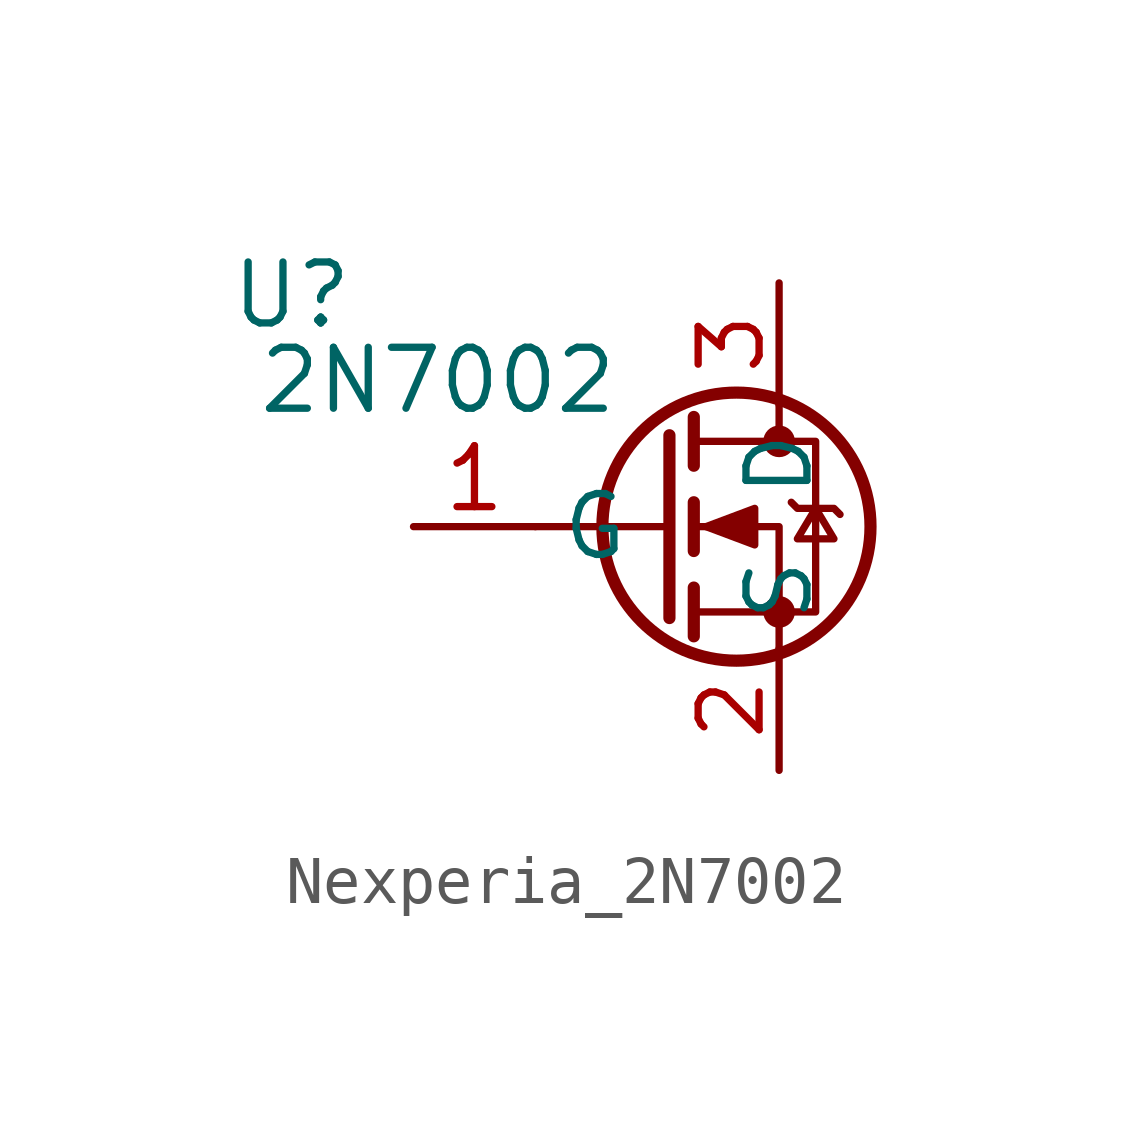
<source format=kicad_sym>
(kicad_symbol_lib
  (version 20241209)
  (generator "kicad_symbol_editor")
  (generator_version "9.0")
  (symbol "Nexperia_2N7002"
    (property "Reference" "U"
      (at -5.08 1.016 0)
      (effects (font (size 1.27 1.27))))
    (property "Value" "2N7002"
      (at -2.032 -0.762 0)
      (effects (font (size 1.27 1.27))))
    (symbol "Nexperia_2N7002_0_1"
      (polyline (pts (xy 2.794 -1.905) (xy 2.794 -5.715)) (stroke (width 0.254) (type default)) (fill (type none)))
      (polyline (pts (xy 2.794 -3.81) (xy 0 -3.81)) (stroke (width 0) (type default)) (fill (type none)))
      (polyline (pts (xy 3.302 -1.524) (xy 3.302 -2.54)) (stroke (width 0.254) (type default)) (fill (type none)))
      (polyline (pts (xy 3.302 -3.302) (xy 3.302 -4.318)) (stroke (width 0.254) (type default)) (fill (type none)))
      (polyline (pts (xy 3.302 -5.08) (xy 3.302 -6.096)) (stroke (width 0.254) (type default)) (fill (type none)))
      (polyline (pts (xy 3.302 -5.588) (xy 5.842 -5.588) (xy 5.842 -2.032) (xy 3.302 -2.032)) (stroke (width 0) (type default)) (fill (type none)))
      (polyline (pts (xy 3.556 -3.81) (xy 4.572 -3.429) (xy 4.572 -4.191) (xy 3.556 -3.81)) (stroke (width 0) (type default)) (fill (type outline)))
      (circle (center 4.191 -3.81) (radius 2.794) (stroke (width 0.254) (type default)) (fill (type none)))
      (polyline (pts (xy 5.08 -1.27) (xy 5.08 -2.032)) (stroke (width 0) (type default)) (fill (type none)))
      (circle (center 5.08 -2.032) (radius 0.254) (stroke (width 0) (type default)) (fill (type outline)))
      (circle (center 5.08 -5.588) (radius 0.254) (stroke (width 0) (type default)) (fill (type outline)))
      (polyline (pts (xy 5.08 -6.35) (xy 5.08 -3.81) (xy 3.302 -3.81)) (stroke (width 0) (type default)) (fill (type none)))
      (polyline (pts (xy 5.334 -3.302) (xy 5.461 -3.429) (xy 6.223 -3.429) (xy 6.35 -3.556)) (stroke (width 0) (type default)) (fill (type none)))
      (polyline (pts (xy 5.842 -3.429) (xy 5.461 -4.064) (xy 6.223 -4.064) (xy 5.842 -3.429)) (stroke (width 0) (type default)) (fill (type none))))
    (symbol "Nexperia_2N7002_1_1"
      (pin input line (at -2.54 -3.81 0) (length 2.54) (name "G" (effects (font (size 1.27 1.27)))) (number "1" (effects (font (size 1.27 1.27)))))
      (pin passive line (at 5.08 1.27 270) (length 2.54) (name "D" (effects (font (size 1.27 1.27)))) (number "3" (effects (font (size 1.27 1.27)))))
      (pin passive line (at 5.08 -8.89 90) (length 2.54) (name "S" (effects (font (size 1.27 1.27)))) (number "2" (effects (font (size 1.27 1.27))))))))
</source>
